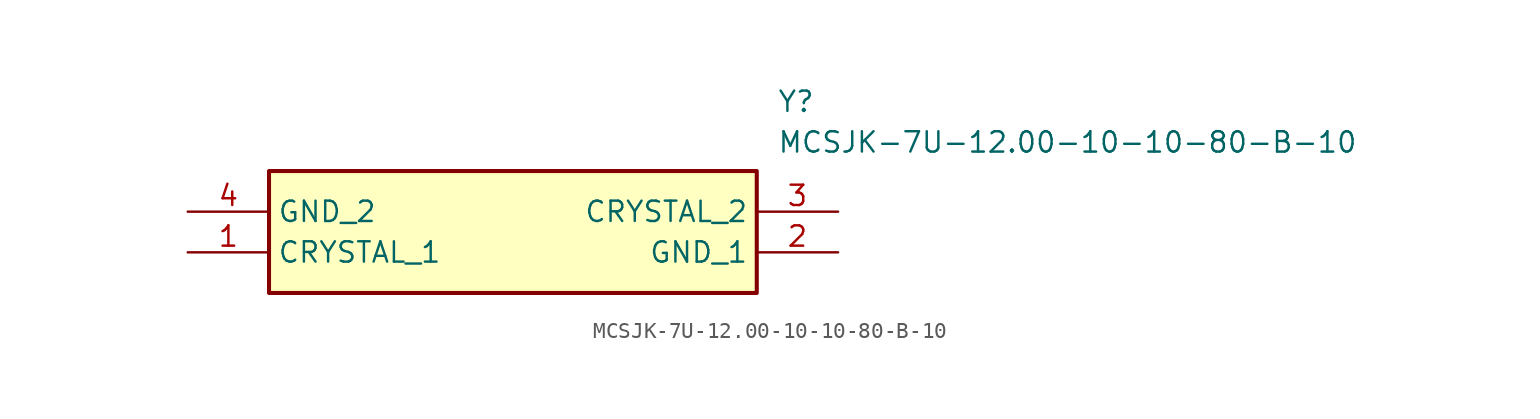
<source format=kicad_sym>
(kicad_symbol_lib
  (version 20211014)
  (generator SamacSys_ECAD_Model)
  (symbol "MCSJK-7U-12.00-10-10-80-B-10"
    (property "Reference" "Y"
      (at 36.83 7.62 0)
      (effects (font (size 1.27 1.27)) (justify left top)))
    (property "Value" "MCSJK-7U-12.00-10-10-80-B-10"
      (at 36.83 5.08 0)
      (effects (font (size 1.27 1.27)) (justify left top)))
    (rectangle
      (start 5.08 2.54)
      (end 35.56 -5.08)
      (stroke (width 0.254) (type default))
      (fill (type background)))
    (pin passive line
      (at 0 -2.54 0)
      (length 5.08)
      (name "CRYSTAL_1" (effects (font (size 1.27 1.27))))
      (number "1" (effects (font (size 1.27 1.27)))))
    (pin passive line
      (at 40.64 -2.54 180)
      (length 5.08)
      (name "GND_1" (effects (font (size 1.27 1.27))))
      (number "2" (effects (font (size 1.27 1.27)))))
    (pin passive line
      (at 40.64 0 180)
      (length 5.08)
      (name "CRYSTAL_2" (effects (font (size 1.27 1.27))))
      (number "3" (effects (font (size 1.27 1.27)))))
    (pin passive line
      (at 0 0 0)
      (length 5.08)
      (name "GND_2" (effects (font (size 1.27 1.27))))
      (number "4" (effects (font (size 1.27 1.27)))))))
</source>
